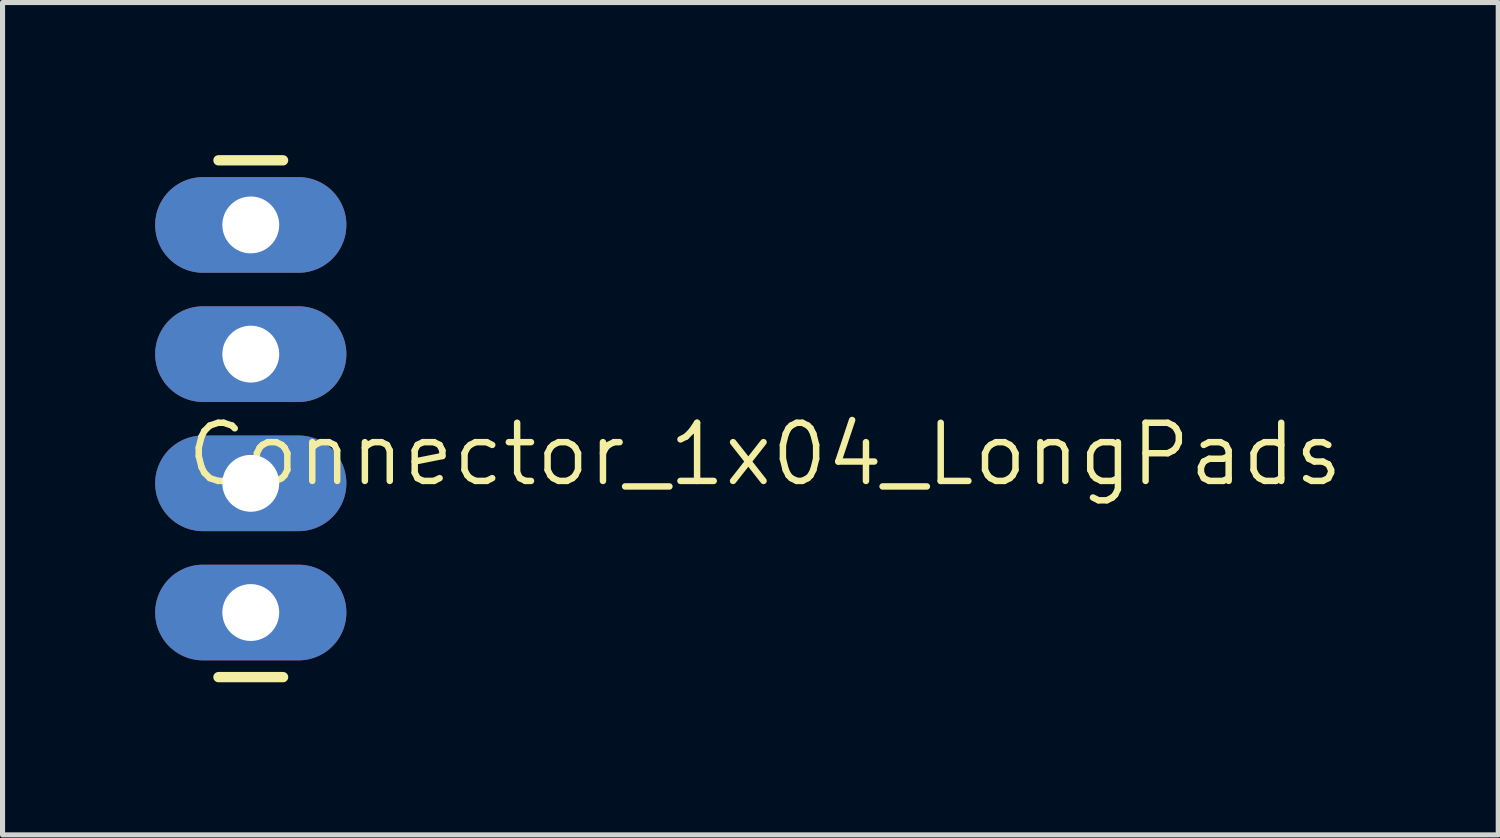
<source format=kicad_pcb>
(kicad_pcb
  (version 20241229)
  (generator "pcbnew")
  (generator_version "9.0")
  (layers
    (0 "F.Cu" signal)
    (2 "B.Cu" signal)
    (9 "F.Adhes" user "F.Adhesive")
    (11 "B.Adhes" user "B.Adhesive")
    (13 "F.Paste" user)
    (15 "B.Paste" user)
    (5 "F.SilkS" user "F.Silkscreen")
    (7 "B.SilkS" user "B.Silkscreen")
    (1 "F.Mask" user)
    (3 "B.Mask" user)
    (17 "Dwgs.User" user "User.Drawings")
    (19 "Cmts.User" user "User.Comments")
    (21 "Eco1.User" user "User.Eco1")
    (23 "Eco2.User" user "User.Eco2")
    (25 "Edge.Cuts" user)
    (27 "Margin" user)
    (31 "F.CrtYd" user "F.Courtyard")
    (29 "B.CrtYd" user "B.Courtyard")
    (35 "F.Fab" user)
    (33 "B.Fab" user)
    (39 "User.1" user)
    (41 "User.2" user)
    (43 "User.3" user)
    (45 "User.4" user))
  (footprint "Connector_1x04_LongPads"
    (layer "F.Cu")
    (at 1.902 9.015)
    (property "Reference" "Connector_1x04_LongPads" (at -1.346 -2.464 0) (layer "F.SilkS") (effects (font (size 1.143 1.143) (thickness 0.127)) (justify left bottom)))
    (attr exclude_from_pos_files exclude_from_bom)
    (fp_line (start -0.657 -8.913) (end 0.613 -8.913) (stroke (width 0.203) (type solid)) (layer "F.SilkS"))
    (fp_line (start -0.657 1.247) (end 0.613 1.247) (stroke (width 0.203) (type solid)) (layer "F.SilkS"))
    (fp_poly (pts (xy 0.232 -7.389) (xy 0.232 -7.897) (xy -0.276 -7.897) (xy -0.276 -7.389)) (stroke (width 0.1) (type solid)) (fill no) (layer "F.Fab"))
    (fp_poly (pts (xy 0.232 -4.849) (xy 0.232 -5.357) (xy -0.276 -5.357) (xy -0.276 -4.849)) (stroke (width 0.1) (type solid)) (fill no) (layer "F.Fab"))
    (fp_poly (pts (xy 0.232 -2.309) (xy 0.232 -2.817) (xy -0.276 -2.817) (xy -0.276 -2.309)) (stroke (width 0.1) (type solid)) (fill no) (layer "F.Fab"))
    (fp_poly (pts (xy 0.232 0.231) (xy 0.232 -0.277) (xy -0.276 -0.277) (xy -0.276 0.231)) (stroke (width 0.1) (type solid)) (fill no) (layer "F.Fab"))
    (pad "1" thru_hole oval (at -0.022 -0.023 180) (size 3.759 1.88) (drill 1.118) (layers "*.Cu" "*.Mask"))
    (pad "2" thru_hole oval (at -0.022 -2.563 180) (size 3.759 1.88) (drill 1.118) (layers "*.Cu" "*.Mask"))
    (pad "3" thru_hole oval (at -0.022 -5.103 180) (size 3.759 1.88) (drill 1.118) (layers "*.Cu" "*.Mask"))
    (pad "4" thru_hole oval (at -0.022 -7.643 180) (size 3.759 1.88) (drill 1.118) (layers "*.Cu" "*.Mask")))
  (gr_rect
    (start -3 -3)
    (end 26.405 13.363)
    (stroke (width 0.1) (type default))
    (fill no)
    (layer "Edge.Cuts")))
</source>
